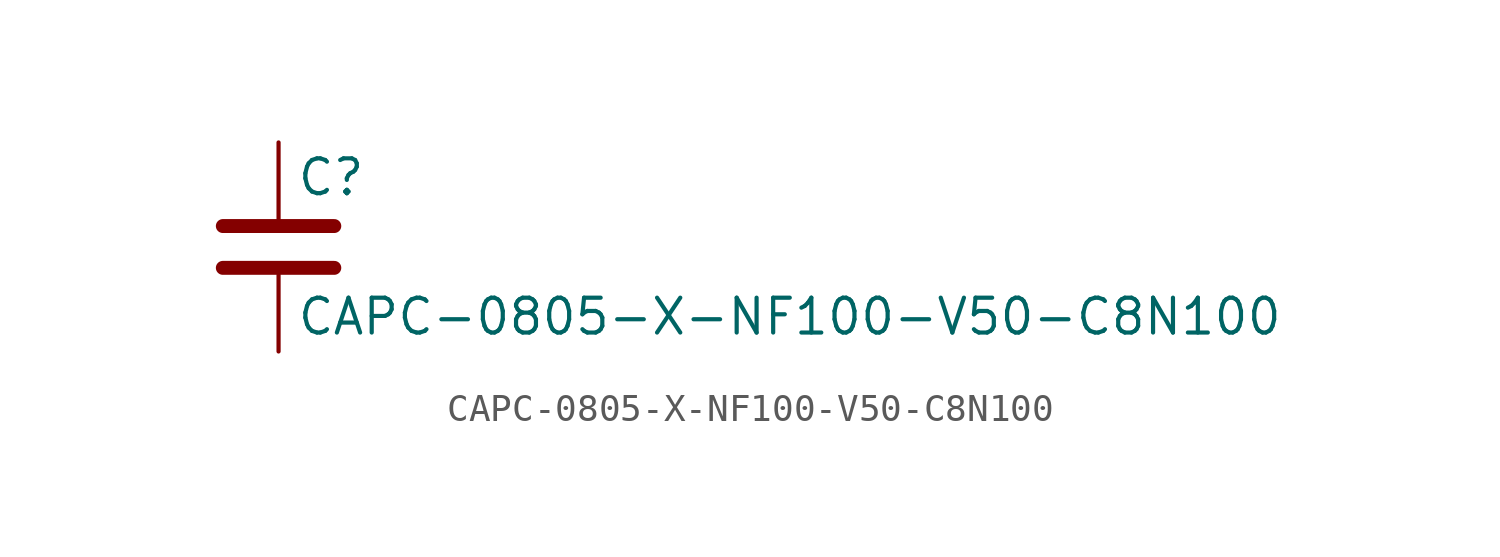
<source format=kicad_sym>
(kicad_symbol_lib
  (version 20211014)
  (generator kicad_symbol_editor)
  (symbol "CAPC-0805-X-NF100-V50-C8N100"
    (pin_numbers hide)
    (pin_names
      (offset 0.254))
    (property "Reference" "C"
      (at 0.635 2.54 0)
      (effects (font (size 1.27 1.27)) (justify left)))
    (property "Value" "CAPC-0805-X-NF100-V50-C8N100"
      (at 0.635 -2.54 0)
      (effects (font (size 1.27 1.27)) (justify left)))
    (symbol "CAPC-0805-X-NF100-V50-C8N100_0_1"
      (polyline (pts (xy -2.032 -0.762) (xy 2.032 -0.762)) (stroke (width 0.508) (type default) (color 0 0 0 0)) (fill (type none)))
      (polyline (pts (xy -2.032 0.762) (xy 2.032 0.762)) (stroke (width 0.508) (type default) (color 0 0 0 0)) (fill (type none))))
    (symbol "CAPC-0805-X-NF100-V50-C8N100_1_1"
      (pin passive line (at 0 3.81 270) (length 2.794) (name "~" (effects (font (size 1.27 1.27)))) (number "1" (effects (font (size 1.27 1.27)))))
      (pin passive line (at 0 -3.81 90) (length 2.794) (name "~" (effects (font (size 1.27 1.27)))) (number "2" (effects (font (size 1.27 1.27))))))))
</source>
